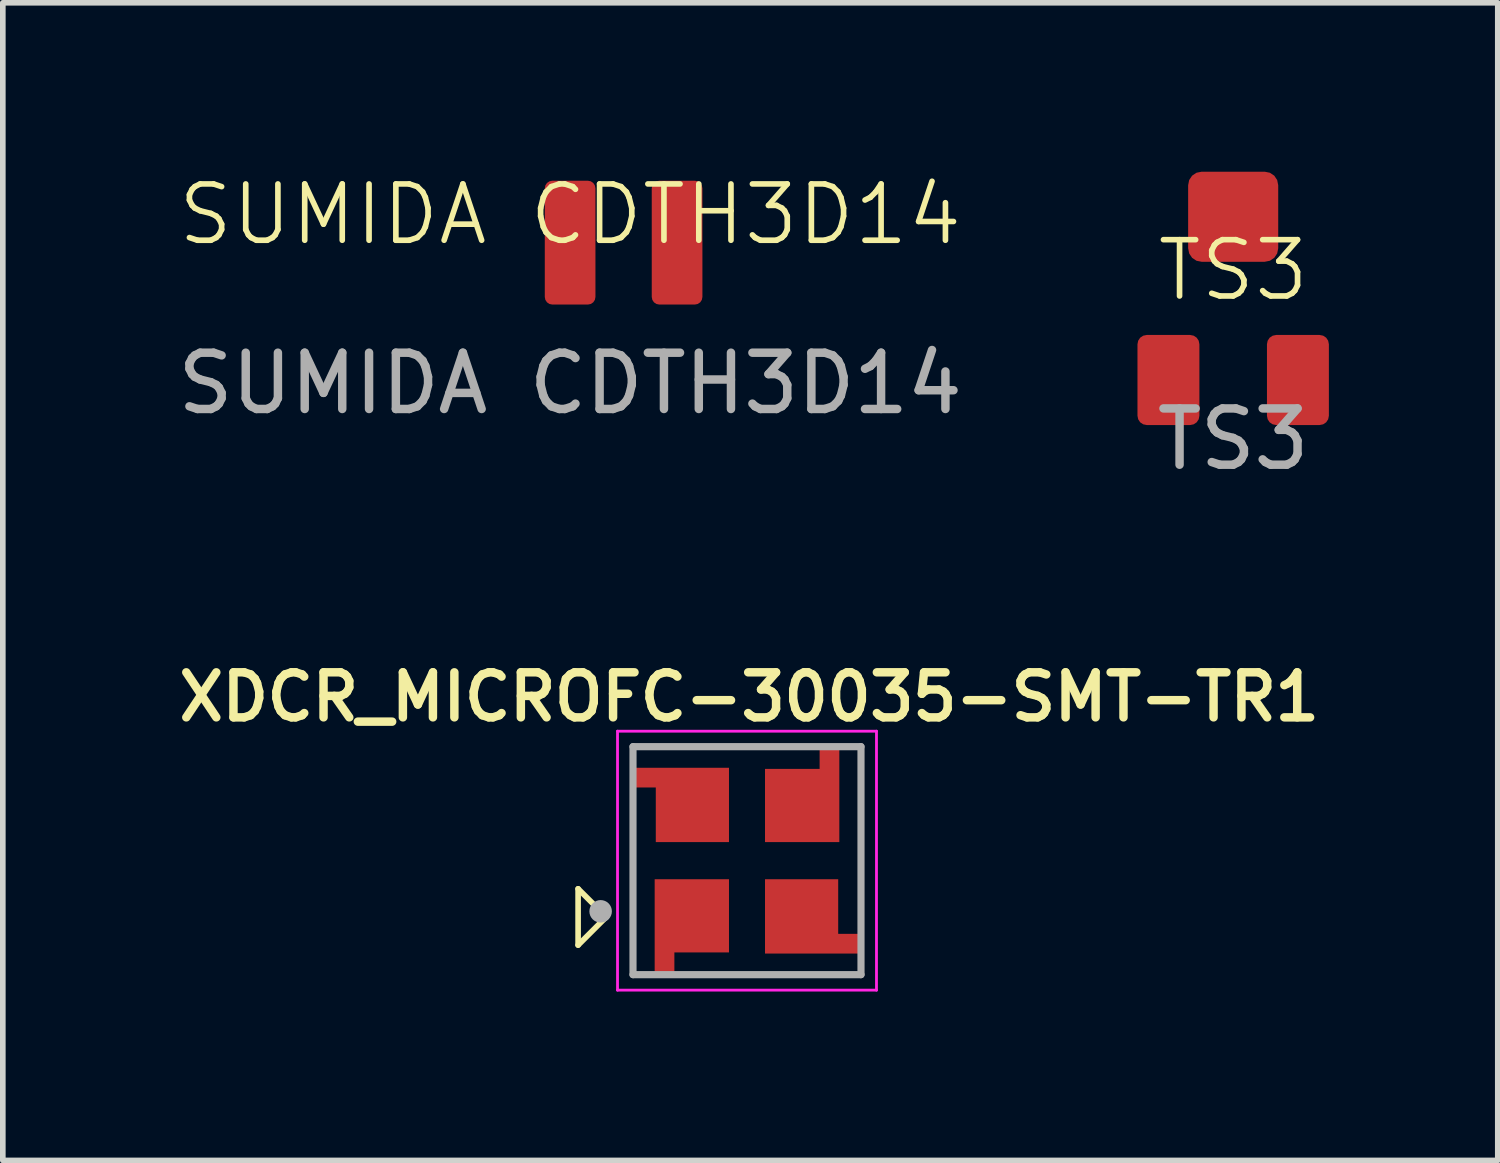
<source format=kicad_pcb>
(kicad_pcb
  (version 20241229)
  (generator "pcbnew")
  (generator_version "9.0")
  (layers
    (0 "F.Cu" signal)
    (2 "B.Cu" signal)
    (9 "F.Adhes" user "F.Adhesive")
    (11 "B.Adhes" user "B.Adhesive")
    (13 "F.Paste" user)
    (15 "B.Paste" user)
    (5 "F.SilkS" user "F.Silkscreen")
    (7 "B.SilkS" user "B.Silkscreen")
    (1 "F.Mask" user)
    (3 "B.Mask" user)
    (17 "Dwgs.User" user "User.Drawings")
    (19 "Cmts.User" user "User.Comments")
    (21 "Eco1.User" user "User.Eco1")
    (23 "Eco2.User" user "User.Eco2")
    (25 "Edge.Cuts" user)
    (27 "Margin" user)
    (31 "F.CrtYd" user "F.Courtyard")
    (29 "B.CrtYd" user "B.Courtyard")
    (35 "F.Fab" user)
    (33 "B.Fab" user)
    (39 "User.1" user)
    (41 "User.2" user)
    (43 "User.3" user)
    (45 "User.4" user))
  (footprint "XDCR_MICROFC-30035-SMT-TR1"
    (layer "F.Cu")
    (at 10.219 12.238)
    (property "Reference" "XDCR_MICROFC-30035-SMT-TR1" (at 0.04 -2.908 0) (layer "F.SilkS") (effects (font (size 0.8 0.8) (thickness 0.15))))
    (attr smd)
    (fp_poly (pts (xy -2.08 -1.69) (xy -0.28 -1.69) (xy -0.28 -0.29) (xy -1.66 -0.29) (xy -1.66 -1.26) (xy -2.08 -1.26)) (stroke (width 0.001) (type solid)) (fill yes) (layer "F.Mask"))
    (fp_poly (pts (xy -1.68 2.09) (xy -1.68 0.29) (xy -0.28 0.29) (xy -0.28 1.67) (xy -1.25 1.67) (xy -1.25 2.09)) (stroke (width 0.001) (type solid)) (fill yes) (layer "F.Mask"))
    (fp_poly (pts (xy 1.68 -2.09) (xy 1.68 -0.29) (xy 0.28 -0.29) (xy 0.28 -1.67) (xy 1.25 -1.67) (xy 1.25 -2.09)) (stroke (width 0.001) (type solid)) (fill yes) (layer "F.Mask"))
    (fp_poly (pts (xy 2.08 1.69) (xy 0.28 1.69) (xy 0.28 0.29) (xy 1.66 0.29) (xy 1.66 1.26) (xy 2.08 1.26)) (stroke (width 0.001) (type solid)) (fill yes) (layer "F.Mask"))
    (fp_line (start -3 0.5) (end -2.5 1) (stroke (width 0.1) (type default)) (layer "F.SilkS"))
    (fp_line (start -3 1.5) (end -3 0.5) (stroke (width 0.1) (type default)) (layer "F.SilkS"))
    (fp_line (start -2.5 1) (end -3 1.5) (stroke (width 0.1) (type default)) (layer "F.SilkS"))
    (fp_poly (pts (xy -2.04 -1.65) (xy -0.32 -1.65) (xy -0.32 -0.33) (xy -1.62 -0.33) (xy -1.62 -1.3) (xy -2.04 -1.3)) (stroke (width 0.0001) (type solid)) (fill yes) (layer "F.Paste"))
    (fp_poly (pts (xy -1.64 0.33) (xy -0.32 0.33) (xy -0.32 1.63) (xy -1.29 1.63) (xy -1.29 2.05) (xy -1.64 2.05)) (stroke (width 0.0001) (type solid)) (fill yes) (layer "F.Paste"))
    (fp_poly (pts (xy 0.32 0.33) (xy 1.62 0.33) (xy 1.62 1.3) (xy 2.04 1.3) (xy 2.04 1.65) (xy 0.32 1.65)) (stroke (width 0.0001) (type solid)) (fill yes) (layer "F.Paste"))
    (fp_poly (pts (xy 1.29 -2.05) (xy 1.64 -2.05) (xy 1.64 -0.33) (xy 0.32 -0.33) (xy 0.32 -1.63) (xy 1.29 -1.63)) (stroke (width 0.0001) (type solid)) (fill yes) (layer "F.Paste"))
    (fp_line (start -2.3 -2.3) (end 2.3 -2.3) (stroke (width 0.05) (type solid)) (layer "F.CrtYd"))
    (fp_line (start -2.3 2.3) (end -2.3 -2.3) (stroke (width 0.05) (type solid)) (layer "F.CrtYd"))
    (fp_line (start 2.3 -2.3) (end 2.3 2.3) (stroke (width 0.05) (type solid)) (layer "F.CrtYd"))
    (fp_line (start 2.3 2.3) (end -2.3 2.3) (stroke (width 0.05) (type solid)) (layer "F.CrtYd"))
    (fp_line (start -2.025 -2.025) (end 2.025 -2.025) (stroke (width 0.127) (type solid)) (layer "F.Fab"))
    (fp_line (start -2.025 2.025) (end -2.025 -2.025) (stroke (width 0.127) (type solid)) (layer "F.Fab"))
    (fp_line (start 2.025 -2.025) (end 2.025 2.025) (stroke (width 0.127) (type solid)) (layer "F.Fab"))
    (fp_line (start 2.025 2.025) (end -2.025 2.025) (stroke (width 0.127) (type solid)) (layer "F.Fab"))
    (fp_circle (center -2.6 0.9) (end -2.5 0.9) (stroke (width 0.2) (type solid)) (fill no) (layer "F.Fab"))
    (pad "1" smd custom (at -0.98 0.98) (size 1.32 1.3) (layers "F.Cu") (options (anchor rect)) (primitives (gr_poly (pts (xy -0.66 -0.65) (xy 0.66 -0.65) (xy 0.66 0.65) (xy -0.31 0.65) (xy -0.31 1.07) (xy -0.66 1.07)) (width 0.0001) (fill yes))))
    (pad "2" smd custom (at 0.97 0.99) (size 1.3 1.32) (layers "F.Cu") (options (anchor rect)) (primitives (gr_poly (pts (xy -0.65 -0.66) (xy 0.65 -0.66) (xy 0.65 0.31) (xy 1.07 0.31) (xy 1.07 0.66) (xy -0.65 0.66)) (width 0.0001) (fill yes))))
    (pad "3" smd custom (at 0.98 -0.98) (size 1.32 1.3) (layers "F.Cu") (options (anchor rect)) (primitives (gr_poly (pts (xy 0.31 -1.07) (xy 0.66 -1.07) (xy 0.66 0.65) (xy -0.66 0.65) (xy -0.66 -0.65) (xy 0.31 -0.65)) (width 0.0001) (fill yes))))
    (pad "4" smd custom (at -0.97 -0.99) (size 1.3 1.32) (layers "F.Cu") (options (anchor rect)) (primitives (gr_poly (pts (xy -1.07 -0.66) (xy 0.65 -0.66) (xy 0.65 0.66) (xy -0.65 0.66) (xy -0.65 -0.31) (xy -1.07 -0.31)) (width 0.0001) (fill yes)))))
  (footprint "SUMIDA CDTH3D14"
    (layer "F.Cu")
    (at 7.077 1.26)
    (property "Reference" "SUMIDA CDTH3D14" (at 0 -0.5 0) (unlocked yes) (layer "F.SilkS") (effects (font (size 1 1) (thickness 0.1))))
    (attr smd)
    (fp_text user "${REFERENCE}" (at 0 2.5 0) (unlocked yes) (layer "F.Fab") (effects (font (size 1 1) (thickness 0.15))))
    (pad "1" smd roundrect (at 0 0 90) (size 2.2 0.9) (layers "F.Cu" "F.Mask" "F.Paste") (roundrect_rratio 0.15))
    (pad "2" smd roundrect (at 1.9 0 90) (size 2.2 0.9) (layers "F.Cu" "F.Mask" "F.Paste") (roundrect_rratio 0.15)))
  (footprint "TS3"
    (layer "F.Cu")
    (at 18.855 2.25)
    (property "Reference" "TS3" (at 0 -0.5 0) (unlocked yes) (layer "F.SilkS") (effects (font (size 1 1) (thickness 0.1))))
    (attr smd)
    (fp_text user "${REFERENCE}" (at 0 2.5 0) (unlocked yes) (layer "F.Fab") (effects (font (size 1 1) (thickness 0.15))))
    (pad "1" smd roundrect (at 1.15 1.45) (size 1.1 1.6) (layers "F.Cu" "F.Mask" "F.Paste") (roundrect_rratio 0.15))
    (pad "2" smd roundrect (at 0 -1.45) (size 1.6 1.6) (layers "F.Cu" "F.Mask" "F.Paste") (roundrect_rratio 0.15))
    (pad "3" smd roundrect (at -1.15 1.45) (size 1.1 1.6) (layers "F.Cu" "F.Mask" "F.Paste") (roundrect_rratio 0.15)))
  (gr_rect
    (start -3 -3)
    (end 23.555 17.562)
    (stroke (width 0.1) (type default))
    (fill no)
    (layer "Edge.Cuts")))
</source>
